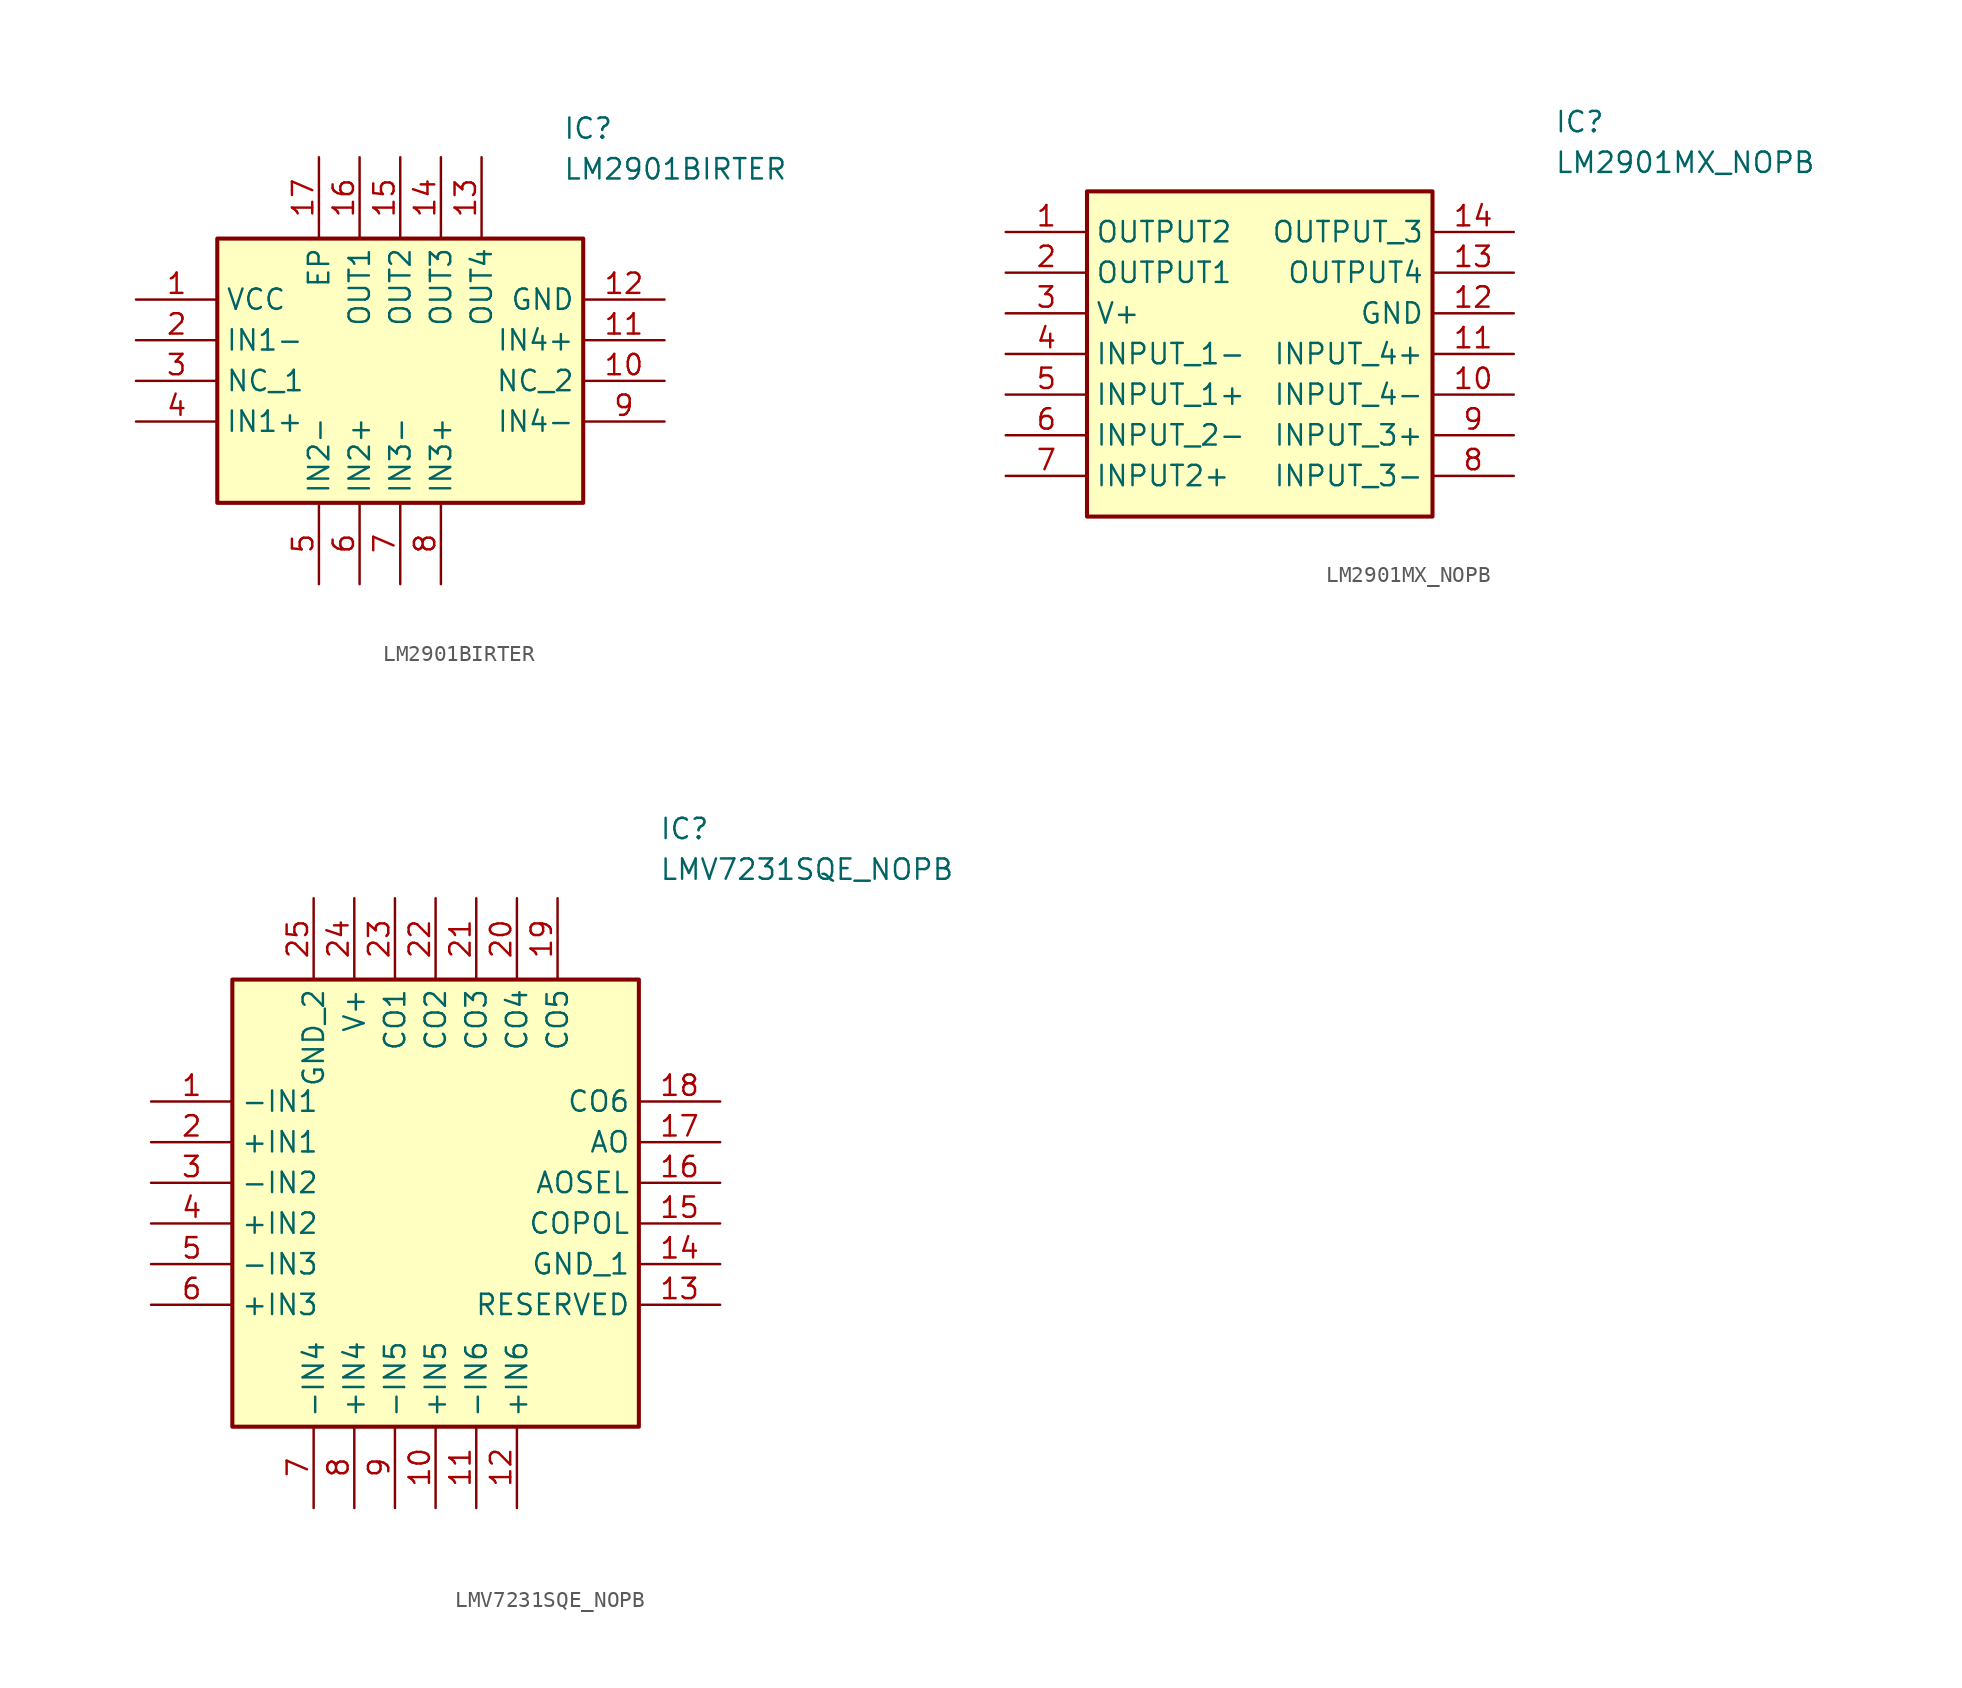
<source format=kicad_sym>
(kicad_symbol_lib
  (version 20241209)
  (generator "kicad_symbol_editor")
  (generator_version "9.0")
  (symbol "LM2901BIRTER"
    (property "Reference" "IC"
      (at 26.67 15.24 0)
      (effects (font (size 1.27 1.27)) (justify left top)))
    (property "Value" "LM2901BIRTER"
      (at 26.67 12.7 0)
      (effects (font (size 1.27 1.27)) (justify left top)))
    (symbol "LM2901BIRTER_1_1"
      (rectangle (start 5.08 7.62) (end 27.94 -8.89) (stroke (width 0.254) (type default)) (fill (type background)))
      (pin passive line (at 0 3.81 0) (length 5.08) (name "VCC" (effects (font (size 1.27 1.27)))) (number "1" (effects (font (size 1.27 1.27)))))
      (pin passive line (at 0 1.27 0) (length 5.08) (name "IN1-" (effects (font (size 1.27 1.27)))) (number "2" (effects (font (size 1.27 1.27)))))
      (pin passive line (at 0 -1.27 0) (length 5.08) (name "NC_1" (effects (font (size 1.27 1.27)))) (number "3" (effects (font (size 1.27 1.27)))))
      (pin passive line (at 0 -3.81 0) (length 5.08) (name "IN1+" (effects (font (size 1.27 1.27)))) (number "4" (effects (font (size 1.27 1.27)))))
      (pin passive line (at 11.43 12.7 270) (length 5.08) (name "EP" (effects (font (size 1.27 1.27)))) (number "17" (effects (font (size 1.27 1.27)))))
      (pin passive line (at 11.43 -13.97 90) (length 5.08) (name "IN2-" (effects (font (size 1.27 1.27)))) (number "5" (effects (font (size 1.27 1.27)))))
      (pin passive line (at 13.97 12.7 270) (length 5.08) (name "OUT1" (effects (font (size 1.27 1.27)))) (number "16" (effects (font (size 1.27 1.27)))))
      (pin passive line (at 13.97 -13.97 90) (length 5.08) (name "IN2+" (effects (font (size 1.27 1.27)))) (number "6" (effects (font (size 1.27 1.27)))))
      (pin passive line (at 16.51 12.7 270) (length 5.08) (name "OUT2" (effects (font (size 1.27 1.27)))) (number "15" (effects (font (size 1.27 1.27)))))
      (pin passive line (at 16.51 -13.97 90) (length 5.08) (name "IN3-" (effects (font (size 1.27 1.27)))) (number "7" (effects (font (size 1.27 1.27)))))
      (pin passive line (at 19.05 12.7 270) (length 5.08) (name "OUT3" (effects (font (size 1.27 1.27)))) (number "14" (effects (font (size 1.27 1.27)))))
      (pin passive line (at 19.05 -13.97 90) (length 5.08) (name "IN3+" (effects (font (size 1.27 1.27)))) (number "8" (effects (font (size 1.27 1.27)))))
      (pin passive line (at 21.59 12.7 270) (length 5.08) (name "OUT4" (effects (font (size 1.27 1.27)))) (number "13" (effects (font (size 1.27 1.27)))))
      (pin passive line (at 33.02 3.81 180) (length 5.08) (name "GND" (effects (font (size 1.27 1.27)))) (number "12" (effects (font (size 1.27 1.27)))))
      (pin passive line (at 33.02 1.27 180) (length 5.08) (name "IN4+" (effects (font (size 1.27 1.27)))) (number "11" (effects (font (size 1.27 1.27)))))
      (pin passive line (at 33.02 -1.27 180) (length 5.08) (name "NC_2" (effects (font (size 1.27 1.27)))) (number "10" (effects (font (size 1.27 1.27)))))
      (pin passive line (at 33.02 -3.81 180) (length 5.08) (name "IN4-" (effects (font (size 1.27 1.27)))) (number "9" (effects (font (size 1.27 1.27)))))))
  (symbol "LM2901MX_NOPB"
    (property "Reference" "IC"
      (at 34.29 7.62 0)
      (effects (font (size 1.27 1.27)) (justify left top)))
    (property "Value" "LM2901MX_NOPB"
      (at 34.29 5.08 0)
      (effects (font (size 1.27 1.27)) (justify left top)))
    (symbol "LM2901MX_NOPB_1_1"
      (rectangle (start 5.08 2.54) (end 26.67 -17.78) (stroke (width 0.254) (type default)) (fill (type background)))
      (pin passive line (at 0 0 0) (length 5.08) (name "OUTPUT2" (effects (font (size 1.27 1.27)))) (number "1" (effects (font (size 1.27 1.27)))))
      (pin passive line (at 0 -2.54 0) (length 5.08) (name "OUTPUT1" (effects (font (size 1.27 1.27)))) (number "2" (effects (font (size 1.27 1.27)))))
      (pin passive line (at 0 -5.08 0) (length 5.08) (name "V+" (effects (font (size 1.27 1.27)))) (number "3" (effects (font (size 1.27 1.27)))))
      (pin passive line (at 0 -7.62 0) (length 5.08) (name "INPUT_1-" (effects (font (size 1.27 1.27)))) (number "4" (effects (font (size 1.27 1.27)))))
      (pin passive line (at 0 -10.16 0) (length 5.08) (name "INPUT_1+" (effects (font (size 1.27 1.27)))) (number "5" (effects (font (size 1.27 1.27)))))
      (pin passive line (at 0 -12.7 0) (length 5.08) (name "INPUT_2-" (effects (font (size 1.27 1.27)))) (number "6" (effects (font (size 1.27 1.27)))))
      (pin passive line (at 0 -15.24 0) (length 5.08) (name "INPUT2+" (effects (font (size 1.27 1.27)))) (number "7" (effects (font (size 1.27 1.27)))))
      (pin passive line (at 31.75 0 180) (length 5.08) (name "OUTPUT_3" (effects (font (size 1.27 1.27)))) (number "14" (effects (font (size 1.27 1.27)))))
      (pin passive line (at 31.75 -2.54 180) (length 5.08) (name "OUTPUT4" (effects (font (size 1.27 1.27)))) (number "13" (effects (font (size 1.27 1.27)))))
      (pin passive line (at 31.75 -5.08 180) (length 5.08) (name "GND" (effects (font (size 1.27 1.27)))) (number "12" (effects (font (size 1.27 1.27)))))
      (pin passive line (at 31.75 -7.62 180) (length 5.08) (name "INPUT_4+" (effects (font (size 1.27 1.27)))) (number "11" (effects (font (size 1.27 1.27)))))
      (pin passive line (at 31.75 -10.16 180) (length 5.08) (name "INPUT_4-" (effects (font (size 1.27 1.27)))) (number "10" (effects (font (size 1.27 1.27)))))
      (pin passive line (at 31.75 -12.7 180) (length 5.08) (name "INPUT_3+" (effects (font (size 1.27 1.27)))) (number "9" (effects (font (size 1.27 1.27)))))
      (pin passive line (at 31.75 -15.24 180) (length 5.08) (name "INPUT_3-" (effects (font (size 1.27 1.27)))) (number "8" (effects (font (size 1.27 1.27)))))))
  (symbol "LMV7231SQE_NOPB"
    (property "Reference" "IC"
      (at 31.75 17.78 0)
      (effects (font (size 1.27 1.27)) (justify left top)))
    (property "Value" "LMV7231SQE_NOPB"
      (at 31.75 15.24 0)
      (effects (font (size 1.27 1.27)) (justify left top)))
    (symbol "LMV7231SQE_NOPB_1_1"
      (rectangle (start 5.08 7.62) (end 30.48 -20.32) (stroke (width 0.254) (type default)) (fill (type background)))
      (pin passive line (at 0 0 0) (length 5.08) (name "-IN1" (effects (font (size 1.27 1.27)))) (number "1" (effects (font (size 1.27 1.27)))))
      (pin passive line (at 0 -2.54 0) (length 5.08) (name "+IN1" (effects (font (size 1.27 1.27)))) (number "2" (effects (font (size 1.27 1.27)))))
      (pin passive line (at 0 -5.08 0) (length 5.08) (name "-IN2" (effects (font (size 1.27 1.27)))) (number "3" (effects (font (size 1.27 1.27)))))
      (pin passive line (at 0 -7.62 0) (length 5.08) (name "+IN2" (effects (font (size 1.27 1.27)))) (number "4" (effects (font (size 1.27 1.27)))))
      (pin passive line (at 0 -10.16 0) (length 5.08) (name "-IN3" (effects (font (size 1.27 1.27)))) (number "5" (effects (font (size 1.27 1.27)))))
      (pin passive line (at 0 -12.7 0) (length 5.08) (name "+IN3" (effects (font (size 1.27 1.27)))) (number "6" (effects (font (size 1.27 1.27)))))
      (pin passive line (at 10.16 12.7 270) (length 5.08) (name "GND_2" (effects (font (size 1.27 1.27)))) (number "25" (effects (font (size 1.27 1.27)))))
      (pin passive line (at 10.16 -25.4 90) (length 5.08) (name "-IN4" (effects (font (size 1.27 1.27)))) (number "7" (effects (font (size 1.27 1.27)))))
      (pin passive line (at 12.7 12.7 270) (length 5.08) (name "V+" (effects (font (size 1.27 1.27)))) (number "24" (effects (font (size 1.27 1.27)))))
      (pin passive line (at 12.7 -25.4 90) (length 5.08) (name "+IN4" (effects (font (size 1.27 1.27)))) (number "8" (effects (font (size 1.27 1.27)))))
      (pin passive line (at 15.24 12.7 270) (length 5.08) (name "CO1" (effects (font (size 1.27 1.27)))) (number "23" (effects (font (size 1.27 1.27)))))
      (pin passive line (at 15.24 -25.4 90) (length 5.08) (name "-IN5" (effects (font (size 1.27 1.27)))) (number "9" (effects (font (size 1.27 1.27)))))
      (pin passive line (at 17.78 12.7 270) (length 5.08) (name "CO2" (effects (font (size 1.27 1.27)))) (number "22" (effects (font (size 1.27 1.27)))))
      (pin passive line (at 17.78 -25.4 90) (length 5.08) (name "+IN5" (effects (font (size 1.27 1.27)))) (number "10" (effects (font (size 1.27 1.27)))))
      (pin passive line (at 20.32 12.7 270) (length 5.08) (name "CO3" (effects (font (size 1.27 1.27)))) (number "21" (effects (font (size 1.27 1.27)))))
      (pin passive line (at 20.32 -25.4 90) (length 5.08) (name "-IN6" (effects (font (size 1.27 1.27)))) (number "11" (effects (font (size 1.27 1.27)))))
      (pin passive line (at 22.86 12.7 270) (length 5.08) (name "CO4" (effects (font (size 1.27 1.27)))) (number "20" (effects (font (size 1.27 1.27)))))
      (pin passive line (at 22.86 -25.4 90) (length 5.08) (name "+IN6" (effects (font (size 1.27 1.27)))) (number "12" (effects (font (size 1.27 1.27)))))
      (pin passive line (at 25.4 12.7 270) (length 5.08) (name "CO5" (effects (font (size 1.27 1.27)))) (number "19" (effects (font (size 1.27 1.27)))))
      (pin passive line (at 35.56 0 180) (length 5.08) (name "CO6" (effects (font (size 1.27 1.27)))) (number "18" (effects (font (size 1.27 1.27)))))
      (pin passive line (at 35.56 -2.54 180) (length 5.08) (name "AO" (effects (font (size 1.27 1.27)))) (number "17" (effects (font (size 1.27 1.27)))))
      (pin passive line (at 35.56 -5.08 180) (length 5.08) (name "AOSEL" (effects (font (size 1.27 1.27)))) (number "16" (effects (font (size 1.27 1.27)))))
      (pin passive line (at 35.56 -7.62 180) (length 5.08) (name "COPOL" (effects (font (size 1.27 1.27)))) (number "15" (effects (font (size 1.27 1.27)))))
      (pin passive line (at 35.56 -10.16 180) (length 5.08) (name "GND_1" (effects (font (size 1.27 1.27)))) (number "14" (effects (font (size 1.27 1.27)))))
      (pin passive line (at 35.56 -12.7 180) (length 5.08) (name "RESERVED" (effects (font (size 1.27 1.27)))) (number "13" (effects (font (size 1.27 1.27))))))))
</source>
